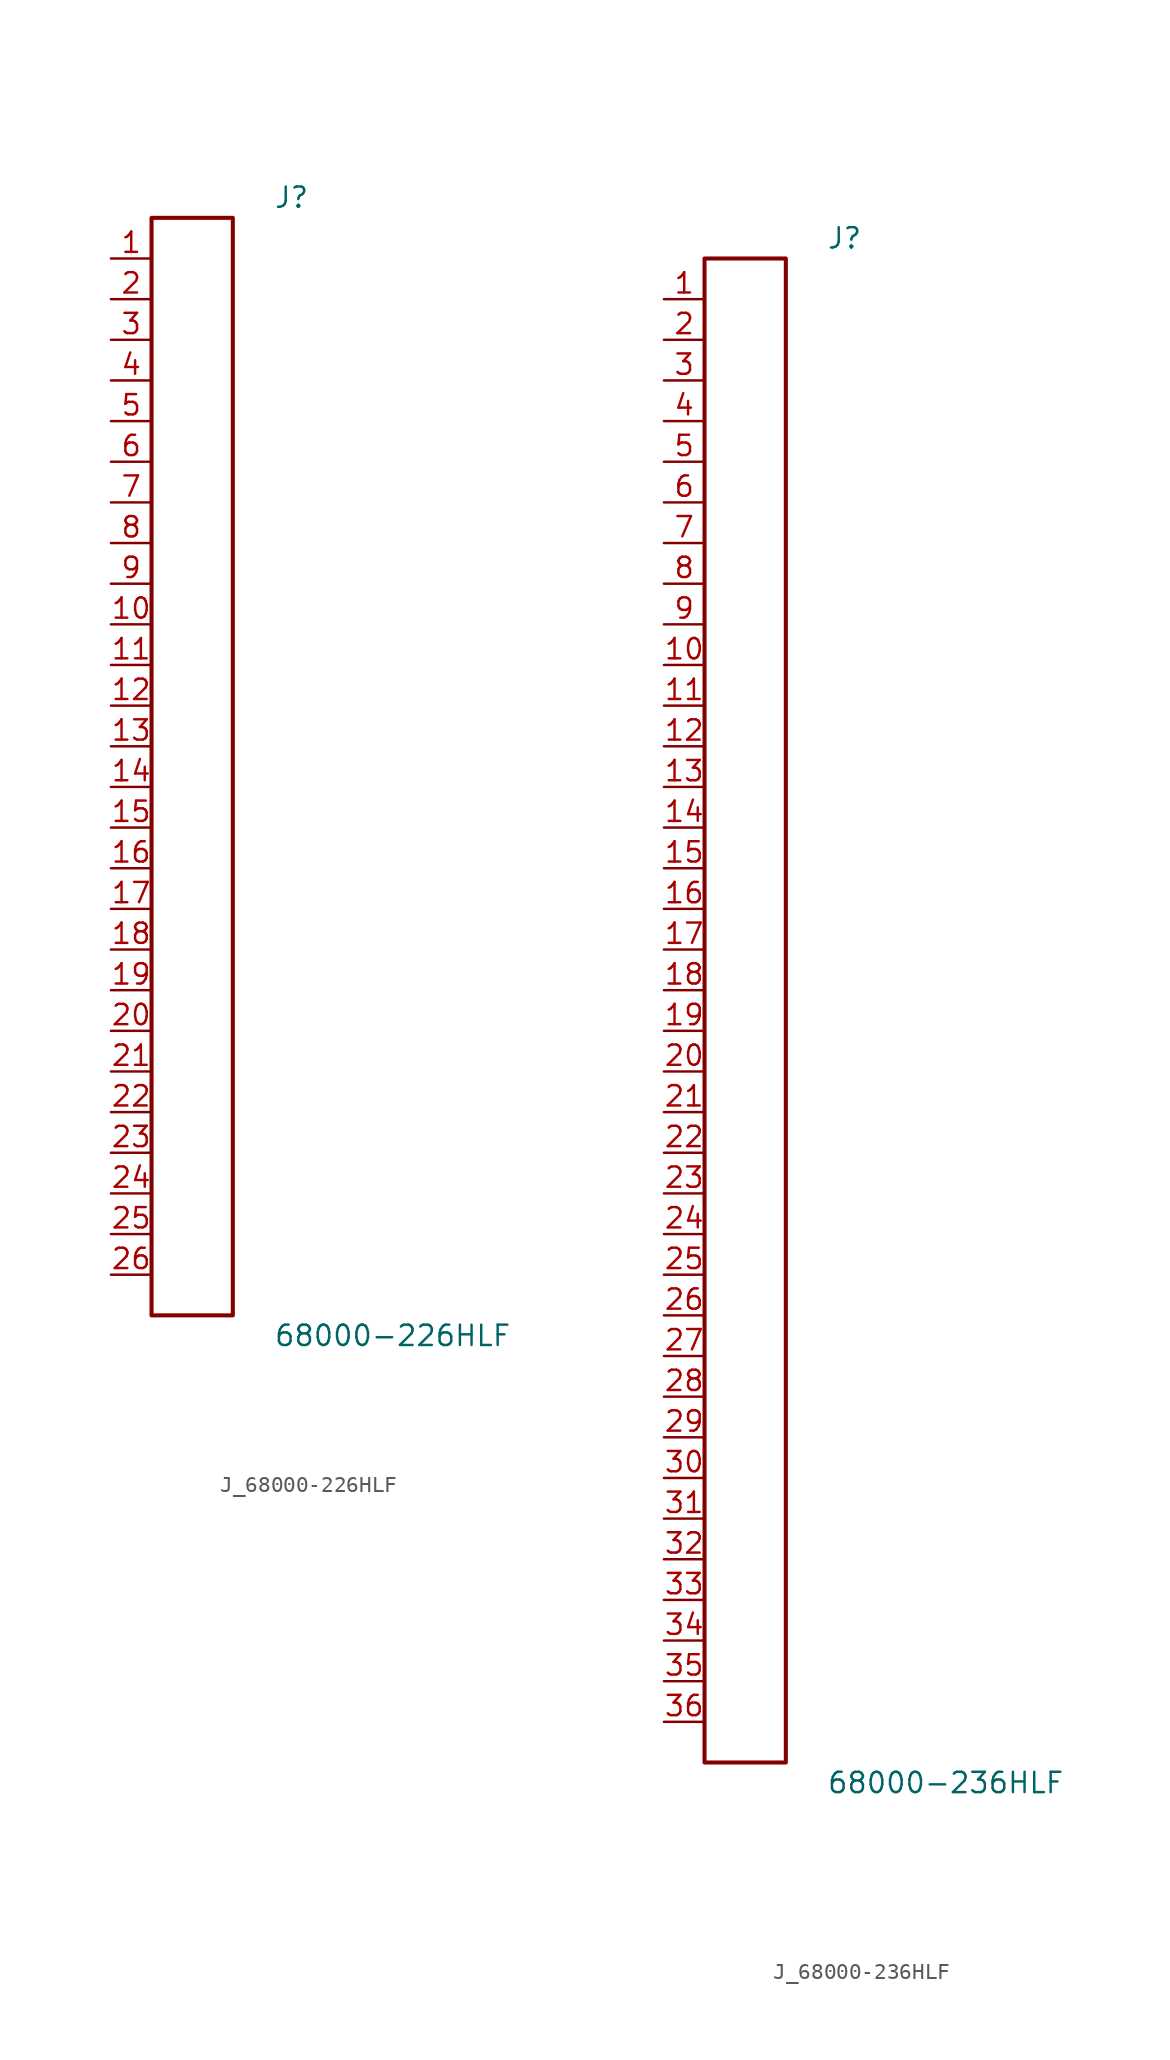
<source format=kicad_sym>
(kicad_symbol_lib
  (version 20231120)
  (generator kicad_symbol_editor)
  (generator_version 8.0)
  (symbol "J_68000-226HLF"
    (pin_names
      (offset 0.254))
    (property "Reference" "J"
      (at 5.08 35.56 0)
      (effects (font (size 1.27 1.27)) (justify left)))
    (property "Value" "68000-226HLF"
      (at 5.08 -35.56 0)
      (effects (font (size 1.27 1.27)) (justify left)))
    (symbol "J_68000-226HLF_0_0"
      (pin unspecified line (at -5.08 31.75 0) (length 2.54) (name "" (effects (font (size 1.27 1.27)))) (number "1" (effects (font (size 1.27 1.27)))))
      (pin unspecified line (at -5.08 29.21 0) (length 2.54) (name "" (effects (font (size 1.27 1.27)))) (number "2" (effects (font (size 1.27 1.27)))))
      (pin unspecified line (at -5.08 26.67 0) (length 2.54) (name "" (effects (font (size 1.27 1.27)))) (number "3" (effects (font (size 1.27 1.27)))))
      (pin unspecified line (at -5.08 24.13 0) (length 2.54) (name "" (effects (font (size 1.27 1.27)))) (number "4" (effects (font (size 1.27 1.27)))))
      (pin unspecified line (at -5.08 21.59 0) (length 2.54) (name "" (effects (font (size 1.27 1.27)))) (number "5" (effects (font (size 1.27 1.27)))))
      (pin unspecified line (at -5.08 19.05 0) (length 2.54) (name "" (effects (font (size 1.27 1.27)))) (number "6" (effects (font (size 1.27 1.27)))))
      (pin unspecified line (at -5.08 16.51 0) (length 2.54) (name "" (effects (font (size 1.27 1.27)))) (number "7" (effects (font (size 1.27 1.27)))))
      (pin unspecified line (at -5.08 13.97 0) (length 2.54) (name "" (effects (font (size 1.27 1.27)))) (number "8" (effects (font (size 1.27 1.27)))))
      (pin unspecified line (at -5.08 11.43 0) (length 2.54) (name "" (effects (font (size 1.27 1.27)))) (number "9" (effects (font (size 1.27 1.27)))))
      (pin unspecified line (at -5.08 8.89 0) (length 2.54) (name "" (effects (font (size 1.27 1.27)))) (number "10" (effects (font (size 1.27 1.27)))))
      (pin unspecified line (at -5.08 6.35 0) (length 2.54) (name "" (effects (font (size 1.27 1.27)))) (number "11" (effects (font (size 1.27 1.27)))))
      (pin unspecified line (at -5.08 3.81 0) (length 2.54) (name "" (effects (font (size 1.27 1.27)))) (number "12" (effects (font (size 1.27 1.27)))))
      (pin unspecified line (at -5.08 1.27 0) (length 2.54) (name "" (effects (font (size 1.27 1.27)))) (number "13" (effects (font (size 1.27 1.27)))))
      (pin unspecified line (at -5.08 -1.27 0) (length 2.54) (name "" (effects (font (size 1.27 1.27)))) (number "14" (effects (font (size 1.27 1.27)))))
      (pin unspecified line (at -5.08 -3.81 0) (length 2.54) (name "" (effects (font (size 1.27 1.27)))) (number "15" (effects (font (size 1.27 1.27)))))
      (pin unspecified line (at -5.08 -6.35 0) (length 2.54) (name "" (effects (font (size 1.27 1.27)))) (number "16" (effects (font (size 1.27 1.27)))))
      (pin unspecified line (at -5.08 -8.89 0) (length 2.54) (name "" (effects (font (size 1.27 1.27)))) (number "17" (effects (font (size 1.27 1.27)))))
      (pin unspecified line (at -5.08 -11.43 0) (length 2.54) (name "" (effects (font (size 1.27 1.27)))) (number "18" (effects (font (size 1.27 1.27)))))
      (pin unspecified line (at -5.08 -13.97 0) (length 2.54) (name "" (effects (font (size 1.27 1.27)))) (number "19" (effects (font (size 1.27 1.27)))))
      (pin unspecified line (at -5.08 -16.51 0) (length 2.54) (name "" (effects (font (size 1.27 1.27)))) (number "20" (effects (font (size 1.27 1.27)))))
      (pin unspecified line (at -5.08 -19.05 0) (length 2.54) (name "" (effects (font (size 1.27 1.27)))) (number "21" (effects (font (size 1.27 1.27)))))
      (pin unspecified line (at -5.08 -21.59 0) (length 2.54) (name "" (effects (font (size 1.27 1.27)))) (number "22" (effects (font (size 1.27 1.27)))))
      (pin unspecified line (at -5.08 -24.13 0) (length 2.54) (name "" (effects (font (size 1.27 1.27)))) (number "23" (effects (font (size 1.27 1.27)))))
      (pin unspecified line (at -5.08 -26.67 0) (length 2.54) (name "" (effects (font (size 1.27 1.27)))) (number "24" (effects (font (size 1.27 1.27)))))
      (pin unspecified line (at -5.08 -29.21 0) (length 2.54) (name "" (effects (font (size 1.27 1.27)))) (number "25" (effects (font (size 1.27 1.27)))))
      (pin unspecified line (at -5.08 -31.75 0) (length 2.54) (name "" (effects (font (size 1.27 1.27)))) (number "26" (effects (font (size 1.27 1.27))))))
    (symbol "J_68000-226HLF_1_0"
      (rectangle (start -2.54 34.29) (end 2.54 -34.29) (stroke (width 0.254) (type solid)) (fill (type none)))))
  (symbol "J_68000-236HLF"
    (pin_names
      (offset 0.254))
    (property "Reference" "J"
      (at 5.08 48.26 0)
      (effects (font (size 1.27 1.27)) (justify left)))
    (property "Value" "68000-236HLF"
      (at 5.08 -48.26 0)
      (effects (font (size 1.27 1.27)) (justify left)))
    (symbol "J_68000-236HLF_0_0"
      (pin unspecified line (at -5.08 44.45 0) (length 2.54) (name "" (effects (font (size 1.27 1.27)))) (number "1" (effects (font (size 1.27 1.27)))))
      (pin unspecified line (at -5.08 41.91 0) (length 2.54) (name "" (effects (font (size 1.27 1.27)))) (number "2" (effects (font (size 1.27 1.27)))))
      (pin unspecified line (at -5.08 39.37 0) (length 2.54) (name "" (effects (font (size 1.27 1.27)))) (number "3" (effects (font (size 1.27 1.27)))))
      (pin unspecified line (at -5.08 36.83 0) (length 2.54) (name "" (effects (font (size 1.27 1.27)))) (number "4" (effects (font (size 1.27 1.27)))))
      (pin unspecified line (at -5.08 34.29 0) (length 2.54) (name "" (effects (font (size 1.27 1.27)))) (number "5" (effects (font (size 1.27 1.27)))))
      (pin unspecified line (at -5.08 31.75 0) (length 2.54) (name "" (effects (font (size 1.27 1.27)))) (number "6" (effects (font (size 1.27 1.27)))))
      (pin unspecified line (at -5.08 29.21 0) (length 2.54) (name "" (effects (font (size 1.27 1.27)))) (number "7" (effects (font (size 1.27 1.27)))))
      (pin unspecified line (at -5.08 26.67 0) (length 2.54) (name "" (effects (font (size 1.27 1.27)))) (number "8" (effects (font (size 1.27 1.27)))))
      (pin unspecified line (at -5.08 24.13 0) (length 2.54) (name "" (effects (font (size 1.27 1.27)))) (number "9" (effects (font (size 1.27 1.27)))))
      (pin unspecified line (at -5.08 21.59 0) (length 2.54) (name "" (effects (font (size 1.27 1.27)))) (number "10" (effects (font (size 1.27 1.27)))))
      (pin unspecified line (at -5.08 19.05 0) (length 2.54) (name "" (effects (font (size 1.27 1.27)))) (number "11" (effects (font (size 1.27 1.27)))))
      (pin unspecified line (at -5.08 16.51 0) (length 2.54) (name "" (effects (font (size 1.27 1.27)))) (number "12" (effects (font (size 1.27 1.27)))))
      (pin unspecified line (at -5.08 13.97 0) (length 2.54) (name "" (effects (font (size 1.27 1.27)))) (number "13" (effects (font (size 1.27 1.27)))))
      (pin unspecified line (at -5.08 11.43 0) (length 2.54) (name "" (effects (font (size 1.27 1.27)))) (number "14" (effects (font (size 1.27 1.27)))))
      (pin unspecified line (at -5.08 8.89 0) (length 2.54) (name "" (effects (font (size 1.27 1.27)))) (number "15" (effects (font (size 1.27 1.27)))))
      (pin unspecified line (at -5.08 6.35 0) (length 2.54) (name "" (effects (font (size 1.27 1.27)))) (number "16" (effects (font (size 1.27 1.27)))))
      (pin unspecified line (at -5.08 3.81 0) (length 2.54) (name "" (effects (font (size 1.27 1.27)))) (number "17" (effects (font (size 1.27 1.27)))))
      (pin unspecified line (at -5.08 1.27 0) (length 2.54) (name "" (effects (font (size 1.27 1.27)))) (number "18" (effects (font (size 1.27 1.27)))))
      (pin unspecified line (at -5.08 -1.27 0) (length 2.54) (name "" (effects (font (size 1.27 1.27)))) (number "19" (effects (font (size 1.27 1.27)))))
      (pin unspecified line (at -5.08 -3.81 0) (length 2.54) (name "" (effects (font (size 1.27 1.27)))) (number "20" (effects (font (size 1.27 1.27)))))
      (pin unspecified line (at -5.08 -6.35 0) (length 2.54) (name "" (effects (font (size 1.27 1.27)))) (number "21" (effects (font (size 1.27 1.27)))))
      (pin unspecified line (at -5.08 -8.89 0) (length 2.54) (name "" (effects (font (size 1.27 1.27)))) (number "22" (effects (font (size 1.27 1.27)))))
      (pin unspecified line (at -5.08 -11.43 0) (length 2.54) (name "" (effects (font (size 1.27 1.27)))) (number "23" (effects (font (size 1.27 1.27)))))
      (pin unspecified line (at -5.08 -13.97 0) (length 2.54) (name "" (effects (font (size 1.27 1.27)))) (number "24" (effects (font (size 1.27 1.27)))))
      (pin unspecified line (at -5.08 -16.51 0) (length 2.54) (name "" (effects (font (size 1.27 1.27)))) (number "25" (effects (font (size 1.27 1.27)))))
      (pin unspecified line (at -5.08 -19.05 0) (length 2.54) (name "" (effects (font (size 1.27 1.27)))) (number "26" (effects (font (size 1.27 1.27)))))
      (pin unspecified line (at -5.08 -21.59 0) (length 2.54) (name "" (effects (font (size 1.27 1.27)))) (number "27" (effects (font (size 1.27 1.27)))))
      (pin unspecified line (at -5.08 -24.13 0) (length 2.54) (name "" (effects (font (size 1.27 1.27)))) (number "28" (effects (font (size 1.27 1.27)))))
      (pin unspecified line (at -5.08 -26.67 0) (length 2.54) (name "" (effects (font (size 1.27 1.27)))) (number "29" (effects (font (size 1.27 1.27)))))
      (pin unspecified line (at -5.08 -29.21 0) (length 2.54) (name "" (effects (font (size 1.27 1.27)))) (number "30" (effects (font (size 1.27 1.27)))))
      (pin unspecified line (at -5.08 -31.75 0) (length 2.54) (name "" (effects (font (size 1.27 1.27)))) (number "31" (effects (font (size 1.27 1.27)))))
      (pin unspecified line (at -5.08 -34.29 0) (length 2.54) (name "" (effects (font (size 1.27 1.27)))) (number "32" (effects (font (size 1.27 1.27)))))
      (pin unspecified line (at -5.08 -36.83 0) (length 2.54) (name "" (effects (font (size 1.27 1.27)))) (number "33" (effects (font (size 1.27 1.27)))))
      (pin unspecified line (at -5.08 -39.37 0) (length 2.54) (name "" (effects (font (size 1.27 1.27)))) (number "34" (effects (font (size 1.27 1.27)))))
      (pin unspecified line (at -5.08 -41.91 0) (length 2.54) (name "" (effects (font (size 1.27 1.27)))) (number "35" (effects (font (size 1.27 1.27)))))
      (pin unspecified line (at -5.08 -44.45 0) (length 2.54) (name "" (effects (font (size 1.27 1.27)))) (number "36" (effects (font (size 1.27 1.27))))))
    (symbol "J_68000-236HLF_1_0"
      (rectangle (start -2.54 46.99) (end 2.54 -46.99) (stroke (width 0.254) (type solid)) (fill (type none))))))
</source>
